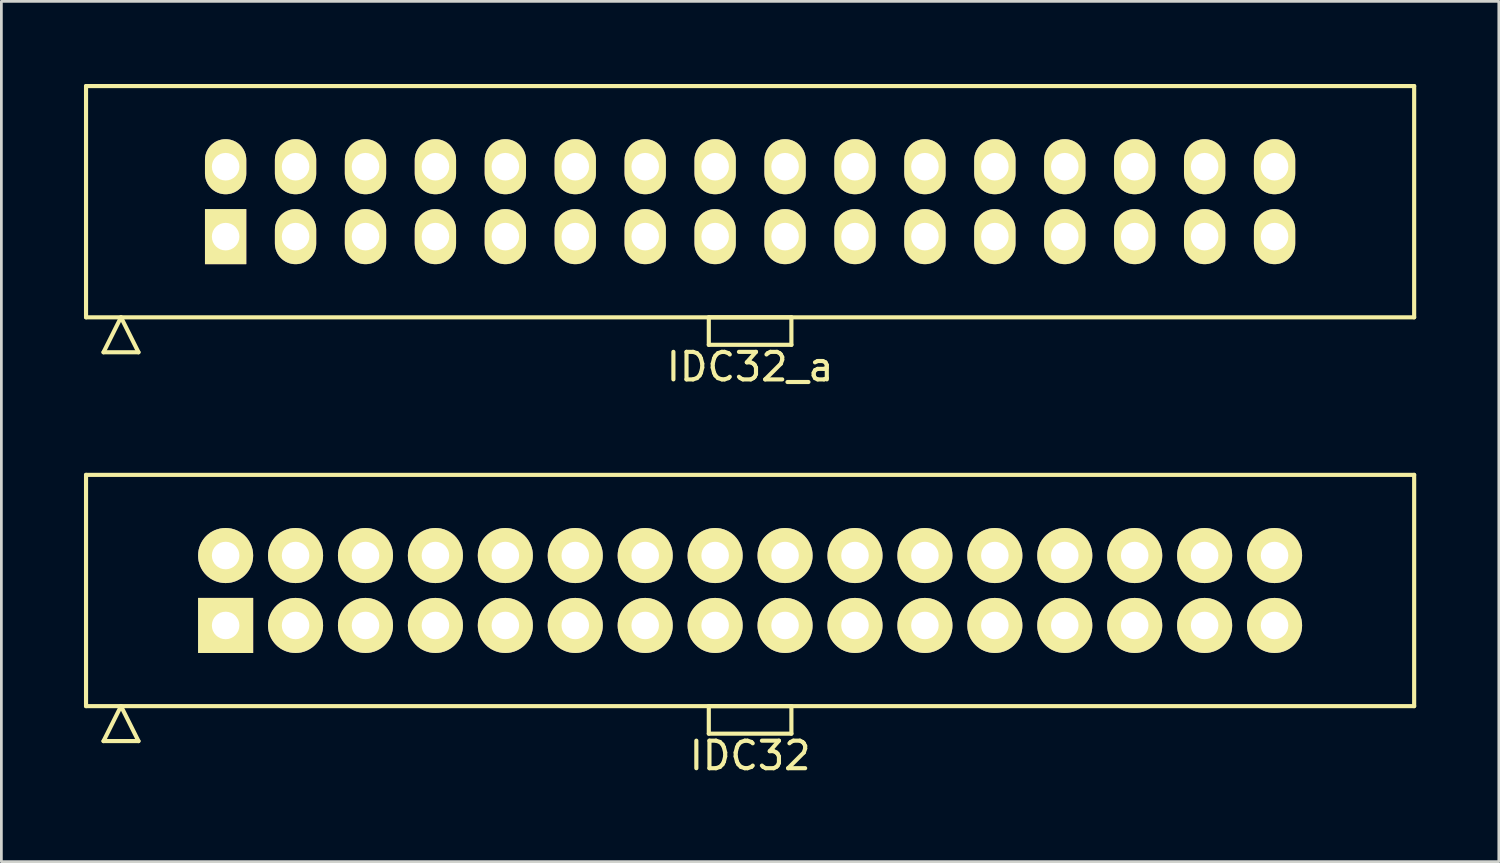
<source format=kicad_pcb>
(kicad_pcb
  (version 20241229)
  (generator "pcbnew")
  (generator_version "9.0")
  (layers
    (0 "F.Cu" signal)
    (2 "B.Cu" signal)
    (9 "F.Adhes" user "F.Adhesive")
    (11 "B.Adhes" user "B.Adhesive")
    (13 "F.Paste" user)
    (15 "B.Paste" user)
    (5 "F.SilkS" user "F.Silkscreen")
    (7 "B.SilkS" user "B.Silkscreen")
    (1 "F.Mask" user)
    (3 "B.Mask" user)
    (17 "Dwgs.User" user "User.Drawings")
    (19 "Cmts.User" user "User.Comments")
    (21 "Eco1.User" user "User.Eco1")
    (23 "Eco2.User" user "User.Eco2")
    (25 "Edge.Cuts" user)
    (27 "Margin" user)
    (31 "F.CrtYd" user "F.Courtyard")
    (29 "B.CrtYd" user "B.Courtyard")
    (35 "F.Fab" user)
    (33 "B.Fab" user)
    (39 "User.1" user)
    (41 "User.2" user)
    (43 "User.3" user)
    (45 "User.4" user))
  (footprint "IDC32"
    (layer "F.Cu")
    (at 24.195 18.398)
    (property "Reference" "IDC32" (at 0 6 0) (layer "F.SilkS") (effects (font (size 1 1) (thickness 0.15))))
    (attr through_hole)
    (fp_line (start -24.12 -4.2) (end -24.12 4.2) (stroke (width 0.15) (type solid)) (layer "F.SilkS"))
    (fp_line (start -24.12 4.2) (end 24.12 4.2) (stroke (width 0.15) (type solid)) (layer "F.SilkS"))
    (fp_line (start -23.485 5.47) (end -22.85 4.2) (stroke (width 0.15) (type solid)) (layer "F.SilkS"))
    (fp_line (start -23.485 5.47) (end -22.215 5.47) (stroke (width 0.15) (type solid)) (layer "F.SilkS"))
    (fp_line (start -22.215 5.47) (end -22.85 4.2) (stroke (width 0.15) (type solid)) (layer "F.SilkS"))
    (fp_line (start -1.5 4.2) (end -1.5 5.2) (stroke (width 0.15) (type solid)) (layer "F.SilkS"))
    (fp_line (start -1.5 5.2) (end 1.5 5.2) (stroke (width 0.15) (type solid)) (layer "F.SilkS"))
    (fp_line (start 1.5 4.2) (end -1.5 4.2) (stroke (width 0.15) (type solid)) (layer "F.SilkS"))
    (fp_line (start 1.5 5.2) (end 1.5 4.2) (stroke (width 0.15) (type solid)) (layer "F.SilkS"))
    (fp_line (start 24.12 -4.2) (end -24.12 -4.2) (stroke (width 0.15) (type solid)) (layer "F.SilkS"))
    (fp_line (start 24.12 4.2) (end 24.12 -4.2) (stroke (width 0.15) (type solid)) (layer "F.SilkS"))
    (pad "1" thru_hole rect (at -19.05 1.27) (size 2 2) (drill 1) (layers "*.Cu" "*.Mask" "F.SilkS"))
    (pad "2" thru_hole oval (at -19.05 -1.27) (size 2 2) (drill 1) (layers "*.Cu" "*.Mask" "F.SilkS"))
    (pad "3" thru_hole oval (at -16.51 1.27) (size 2 2) (drill 1) (layers "*.Cu" "*.Mask" "F.SilkS"))
    (pad "4" thru_hole oval (at -16.51 -1.27) (size 2 2) (drill 1) (layers "*.Cu" "*.Mask" "F.SilkS"))
    (pad "5" thru_hole oval (at -13.97 1.27) (size 2 2) (drill 1) (layers "*.Cu" "*.Mask" "F.SilkS"))
    (pad "6" thru_hole oval (at -13.97 -1.27) (size 2 2) (drill 1) (layers "*.Cu" "*.Mask" "F.SilkS"))
    (pad "7" thru_hole oval (at -11.43 1.27) (size 2 2) (drill 1) (layers "*.Cu" "*.Mask" "F.SilkS"))
    (pad "8" thru_hole oval (at -11.43 -1.27) (size 2 2) (drill 1) (layers "*.Cu" "*.Mask" "F.SilkS"))
    (pad "9" thru_hole oval (at -8.89 1.27) (size 2 2) (drill 1) (layers "*.Cu" "*.Mask" "F.SilkS"))
    (pad "10" thru_hole oval (at -8.89 -1.27) (size 2 2) (drill 1) (layers "*.Cu" "*.Mask" "F.SilkS"))
    (pad "11" thru_hole oval (at -6.35 1.27) (size 2 2) (drill 1) (layers "*.Cu" "*.Mask" "F.SilkS"))
    (pad "12" thru_hole oval (at -6.35 -1.27) (size 2 2) (drill 1) (layers "*.Cu" "*.Mask" "F.SilkS"))
    (pad "13" thru_hole oval (at -3.81 1.27) (size 2 2) (drill 1) (layers "*.Cu" "*.Mask" "F.SilkS"))
    (pad "14" thru_hole oval (at -3.81 -1.27) (size 2 2) (drill 1) (layers "*.Cu" "*.Mask" "F.SilkS"))
    (pad "15" thru_hole oval (at -1.27 1.27) (size 2 2) (drill 1) (layers "*.Cu" "*.Mask" "F.SilkS"))
    (pad "16" thru_hole oval (at -1.27 -1.27) (size 2 2) (drill 1) (layers "*.Cu" "*.Mask" "F.SilkS"))
    (pad "17" thru_hole oval (at 1.27 1.27) (size 2 2) (drill 1) (layers "*.Cu" "*.Mask" "F.SilkS"))
    (pad "18" thru_hole oval (at 1.27 -1.27) (size 2 2) (drill 1) (layers "*.Cu" "*.Mask" "F.SilkS"))
    (pad "19" thru_hole oval (at 3.81 1.27) (size 2 2) (drill 1) (layers "*.Cu" "*.Mask" "F.SilkS"))
    (pad "20" thru_hole oval (at 3.81 -1.27) (size 2 2) (drill 1) (layers "*.Cu" "*.Mask" "F.SilkS"))
    (pad "21" thru_hole oval (at 6.35 1.27) (size 2 2) (drill 1) (layers "*.Cu" "*.Mask" "F.SilkS"))
    (pad "22" thru_hole oval (at 6.35 -1.27) (size 2 2) (drill 1) (layers "*.Cu" "*.Mask" "F.SilkS"))
    (pad "23" thru_hole oval (at 8.89 1.27) (size 2 2) (drill 1) (layers "*.Cu" "*.Mask" "F.SilkS"))
    (pad "24" thru_hole oval (at 8.89 -1.27) (size 2 2) (drill 1) (layers "*.Cu" "*.Mask" "F.SilkS"))
    (pad "25" thru_hole oval (at 11.43 1.27) (size 2 2) (drill 1) (layers "*.Cu" "*.Mask" "F.SilkS"))
    (pad "26" thru_hole oval (at 11.43 -1.27) (size 2 2) (drill 1) (layers "*.Cu" "*.Mask" "F.SilkS"))
    (pad "27" thru_hole oval (at 13.97 1.27) (size 2 2) (drill 1) (layers "*.Cu" "*.Mask" "F.SilkS"))
    (pad "28" thru_hole oval (at 13.97 -1.27) (size 2 2) (drill 1) (layers "*.Cu" "*.Mask" "F.SilkS"))
    (pad "29" thru_hole oval (at 16.51 1.27) (size 2 2) (drill 1) (layers "*.Cu" "*.Mask" "F.SilkS"))
    (pad "30" thru_hole oval (at 16.51 -1.27) (size 2 2) (drill 1) (layers "*.Cu" "*.Mask" "F.SilkS"))
    (pad "31" thru_hole oval (at 19.05 1.27) (size 2 2) (drill 1) (layers "*.Cu" "*.Mask" "F.SilkS"))
    (pad "32" thru_hole oval (at 19.05 -1.27) (size 2 2) (drill 1) (layers "*.Cu" "*.Mask" "F.SilkS")))
  (footprint "IDC32_a"
    (layer "F.Cu")
    (at 24.195 4.275)
    (property "Reference" "IDC32_a" (at 0 6 0) (layer "F.SilkS") (effects (font (size 1 1) (thickness 0.15))))
    (attr through_hole)
    (fp_line (start -24.12 -4.2) (end -24.12 4.2) (stroke (width 0.15) (type solid)) (layer "F.SilkS"))
    (fp_line (start -24.12 4.2) (end 24.12 4.2) (stroke (width 0.15) (type solid)) (layer "F.SilkS"))
    (fp_line (start -23.485 5.47) (end -22.85 4.2) (stroke (width 0.15) (type solid)) (layer "F.SilkS"))
    (fp_line (start -23.485 5.47) (end -22.215 5.47) (stroke (width 0.15) (type solid)) (layer "F.SilkS"))
    (fp_line (start -22.215 5.47) (end -22.85 4.2) (stroke (width 0.15) (type solid)) (layer "F.SilkS"))
    (fp_line (start -1.5 4.2) (end -1.5 5.2) (stroke (width 0.15) (type solid)) (layer "F.SilkS"))
    (fp_line (start -1.5 5.2) (end 1.5 5.2) (stroke (width 0.15) (type solid)) (layer "F.SilkS"))
    (fp_line (start 1.5 4.2) (end -1.5 4.2) (stroke (width 0.15) (type solid)) (layer "F.SilkS"))
    (fp_line (start 1.5 5.2) (end 1.5 4.2) (stroke (width 0.15) (type solid)) (layer "F.SilkS"))
    (fp_line (start 24.12 -4.2) (end -24.12 -4.2) (stroke (width 0.15) (type solid)) (layer "F.SilkS"))
    (fp_line (start 24.12 4.2) (end 24.12 -4.2) (stroke (width 0.15) (type solid)) (layer "F.SilkS"))
    (pad "1" thru_hole rect (at -19.05 1.27) (size 1.5 2) (drill 1) (layers "*.Cu" "*.Mask" "F.SilkS"))
    (pad "2" thru_hole oval (at -19.05 -1.27) (size 1.5 2) (drill 1) (layers "*.Cu" "*.Mask" "F.SilkS"))
    (pad "3" thru_hole oval (at -16.51 1.27) (size 1.5 2) (drill 1) (layers "*.Cu" "*.Mask" "F.SilkS"))
    (pad "4" thru_hole oval (at -16.51 -1.27) (size 1.5 2) (drill 1) (layers "*.Cu" "*.Mask" "F.SilkS"))
    (pad "5" thru_hole oval (at -13.97 1.27) (size 1.5 2) (drill 1) (layers "*.Cu" "*.Mask" "F.SilkS"))
    (pad "6" thru_hole oval (at -13.97 -1.27) (size 1.5 2) (drill 1) (layers "*.Cu" "*.Mask" "F.SilkS"))
    (pad "7" thru_hole oval (at -11.43 1.27) (size 1.5 2) (drill 1) (layers "*.Cu" "*.Mask" "F.SilkS"))
    (pad "8" thru_hole oval (at -11.43 -1.27) (size 1.5 2) (drill 1) (layers "*.Cu" "*.Mask" "F.SilkS"))
    (pad "9" thru_hole oval (at -8.89 1.27) (size 1.5 2) (drill 1) (layers "*.Cu" "*.Mask" "F.SilkS"))
    (pad "10" thru_hole oval (at -8.89 -1.27) (size 1.5 2) (drill 1) (layers "*.Cu" "*.Mask" "F.SilkS"))
    (pad "11" thru_hole oval (at -6.35 1.27) (size 1.5 2) (drill 1) (layers "*.Cu" "*.Mask" "F.SilkS"))
    (pad "12" thru_hole oval (at -6.35 -1.27) (size 1.5 2) (drill 1) (layers "*.Cu" "*.Mask" "F.SilkS"))
    (pad "13" thru_hole oval (at -3.81 1.27) (size 1.5 2) (drill 1) (layers "*.Cu" "*.Mask" "F.SilkS"))
    (pad "14" thru_hole oval (at -3.81 -1.27) (size 1.5 2) (drill 1) (layers "*.Cu" "*.Mask" "F.SilkS"))
    (pad "15" thru_hole oval (at -1.27 1.27) (size 1.5 2) (drill 1) (layers "*.Cu" "*.Mask" "F.SilkS"))
    (pad "16" thru_hole oval (at -1.27 -1.27) (size 1.5 2) (drill 1) (layers "*.Cu" "*.Mask" "F.SilkS"))
    (pad "17" thru_hole oval (at 1.27 1.27) (size 1.5 2) (drill 1) (layers "*.Cu" "*.Mask" "F.SilkS"))
    (pad "18" thru_hole oval (at 1.27 -1.27) (size 1.5 2) (drill 1) (layers "*.Cu" "*.Mask" "F.SilkS"))
    (pad "19" thru_hole oval (at 3.81 1.27) (size 1.5 2) (drill 1) (layers "*.Cu" "*.Mask" "F.SilkS"))
    (pad "20" thru_hole oval (at 3.81 -1.27) (size 1.5 2) (drill 1) (layers "*.Cu" "*.Mask" "F.SilkS"))
    (pad "21" thru_hole oval (at 6.35 1.27) (size 1.5 2) (drill 1) (layers "*.Cu" "*.Mask" "F.SilkS"))
    (pad "22" thru_hole oval (at 6.35 -1.27) (size 1.5 2) (drill 1) (layers "*.Cu" "*.Mask" "F.SilkS"))
    (pad "23" thru_hole oval (at 8.89 1.27) (size 1.5 2) (drill 1) (layers "*.Cu" "*.Mask" "F.SilkS"))
    (pad "24" thru_hole oval (at 8.89 -1.27) (size 1.5 2) (drill 1) (layers "*.Cu" "*.Mask" "F.SilkS"))
    (pad "25" thru_hole oval (at 11.43 1.27) (size 1.5 2) (drill 1) (layers "*.Cu" "*.Mask" "F.SilkS"))
    (pad "26" thru_hole oval (at 11.43 -1.27) (size 1.5 2) (drill 1) (layers "*.Cu" "*.Mask" "F.SilkS"))
    (pad "27" thru_hole oval (at 13.97 1.27) (size 1.5 2) (drill 1) (layers "*.Cu" "*.Mask" "F.SilkS"))
    (pad "28" thru_hole oval (at 13.97 -1.27) (size 1.5 2) (drill 1) (layers "*.Cu" "*.Mask" "F.SilkS"))
    (pad "29" thru_hole oval (at 16.51 1.27) (size 1.5 2) (drill 1) (layers "*.Cu" "*.Mask" "F.SilkS"))
    (pad "30" thru_hole oval (at 16.51 -1.27) (size 1.5 2) (drill 1) (layers "*.Cu" "*.Mask" "F.SilkS"))
    (pad "31" thru_hole oval (at 19.05 1.27) (size 1.5 2) (drill 1) (layers "*.Cu" "*.Mask" "F.SilkS"))
    (pad "32" thru_hole oval (at 19.05 -1.27) (size 1.5 2) (drill 1) (layers "*.Cu" "*.Mask" "F.SilkS")))
  (gr_rect
    (start -3 -3)
    (end 51.39 28.247)
    (stroke (width 0.1) (type default))
    (fill no)
    (layer "Edge.Cuts")))
</source>
